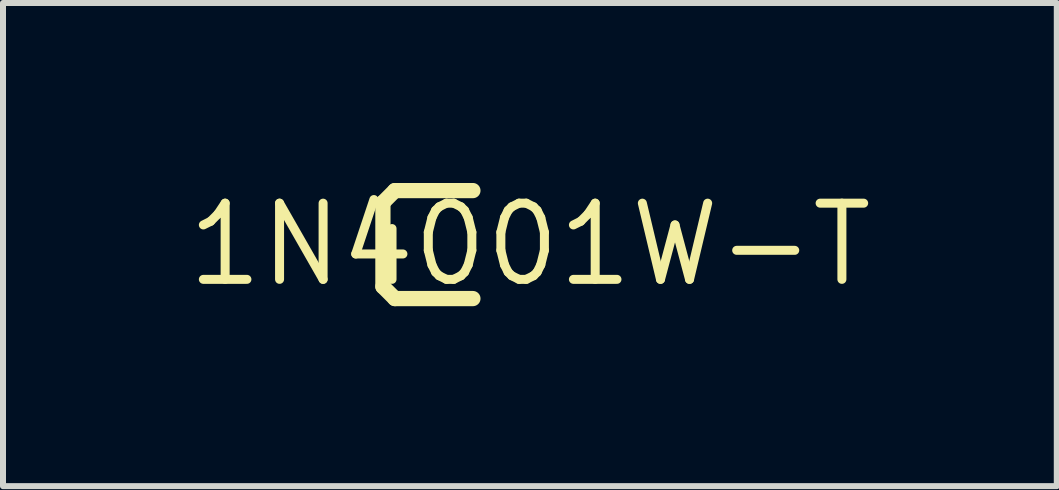
<source format=kicad_pcb>
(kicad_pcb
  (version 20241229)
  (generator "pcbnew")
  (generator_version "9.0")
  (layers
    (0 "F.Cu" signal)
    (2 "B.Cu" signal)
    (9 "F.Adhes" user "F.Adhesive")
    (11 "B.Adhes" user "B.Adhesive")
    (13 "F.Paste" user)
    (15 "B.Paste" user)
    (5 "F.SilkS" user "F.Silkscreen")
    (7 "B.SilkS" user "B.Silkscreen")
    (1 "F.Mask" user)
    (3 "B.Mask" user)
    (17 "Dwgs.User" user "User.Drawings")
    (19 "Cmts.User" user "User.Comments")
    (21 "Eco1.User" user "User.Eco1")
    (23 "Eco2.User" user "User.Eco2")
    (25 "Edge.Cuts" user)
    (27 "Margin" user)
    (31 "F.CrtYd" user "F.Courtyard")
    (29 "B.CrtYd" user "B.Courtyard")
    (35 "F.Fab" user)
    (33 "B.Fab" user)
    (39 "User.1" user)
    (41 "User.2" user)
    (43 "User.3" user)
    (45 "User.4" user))
  (footprint "1N4001W-T"
    (layer "F.Cu")
    (at 5.783 1.027)
    (property "Reference" "1N4001W-T" (at 0 0 0) (layer "F.SilkS") (effects (font (size 1.27 1.27) (thickness 0.15))))
    (attr through_hole)
    (fp_line (start -2.45 -0.7) (end -2.25 -0.9) (stroke (width 0.254) (type solid)) (layer "F.SilkS"))
    (fp_line (start -2.45 0.7) (end -2.45 -0.7) (stroke (width 0.254) (type solid)) (layer "F.SilkS"))
    (fp_line (start -2.45 0.7) (end -2.25 0.9) (stroke (width 0.254) (type solid)) (layer "F.SilkS"))
    (fp_line (start -2.25 -0.9) (end -0.95 -0.9) (stroke (width 0.254) (type solid)) (layer "F.SilkS"))
    (fp_line (start -2.25 0.9) (end -0.95 0.9) (stroke (width 0.254) (type solid)) (layer "F.SilkS")))
  (gr_rect
    (start -3 -3)
    (end 14.566 5.054)
    (stroke (width 0.1) (type default))
    (fill no)
    (layer "Edge.Cuts")))
</source>
